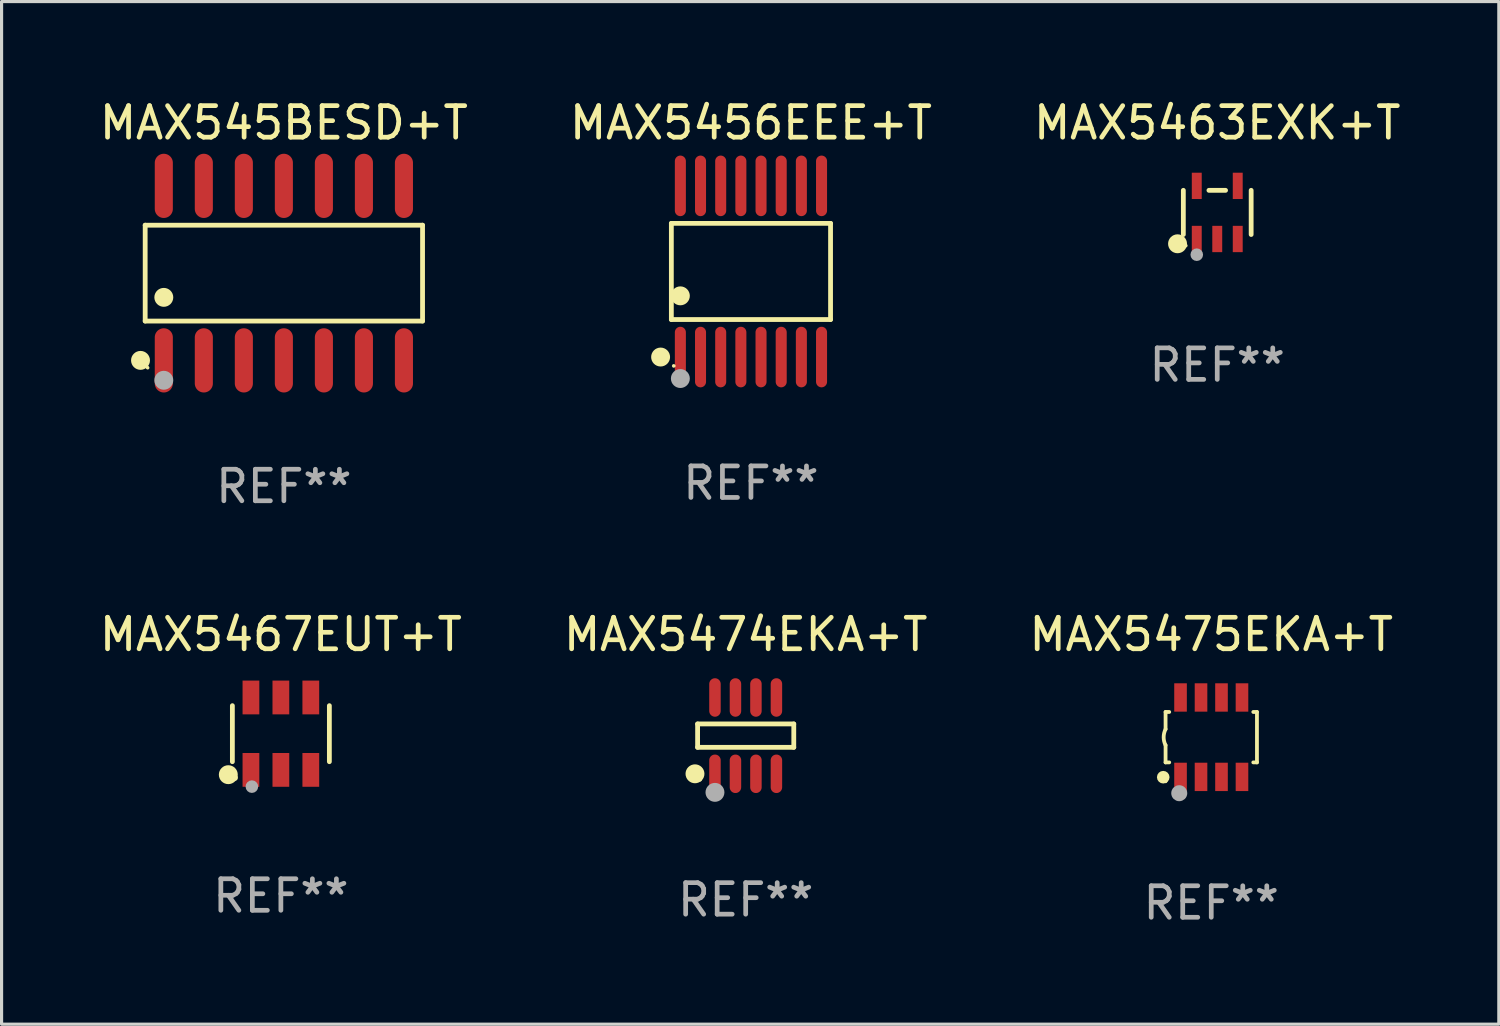
<source format=kicad_pcb>
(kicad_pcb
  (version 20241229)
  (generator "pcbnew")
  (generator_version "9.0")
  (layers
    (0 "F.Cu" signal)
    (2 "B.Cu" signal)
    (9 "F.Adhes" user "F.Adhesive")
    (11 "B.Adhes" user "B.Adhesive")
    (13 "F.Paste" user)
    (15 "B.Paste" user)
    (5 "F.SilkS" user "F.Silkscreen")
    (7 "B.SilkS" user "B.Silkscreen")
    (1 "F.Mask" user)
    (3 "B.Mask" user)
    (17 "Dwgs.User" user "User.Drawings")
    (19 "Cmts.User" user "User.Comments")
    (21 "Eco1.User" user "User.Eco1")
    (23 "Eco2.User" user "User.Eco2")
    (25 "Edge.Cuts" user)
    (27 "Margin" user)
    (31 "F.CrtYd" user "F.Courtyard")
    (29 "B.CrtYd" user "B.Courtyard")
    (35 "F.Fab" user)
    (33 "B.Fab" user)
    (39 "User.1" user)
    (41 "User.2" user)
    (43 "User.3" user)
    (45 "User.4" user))
  (footprint "MAX545BESD+T"
    (layer "F.Cu")
    (at 5.958 5.617)
    (property "Reference" "MAX545BESD+T" (at 0 -4.769 0) (layer "F.SilkS") (effects (font (size 1 1) (thickness 0.15))))
    (attr through_hole)
    (fp_line (start -4.401 -1.521) (end 4.401 -1.521) (stroke (width 0.152) (type solid)) (layer "F.SilkS"))
    (fp_line (start -4.401 1.521) (end -4.401 -1.521) (stroke (width 0.152) (type solid)) (layer "F.SilkS"))
    (fp_line (start 4.401 -1.521) (end 4.401 1.521) (stroke (width 0.152) (type solid)) (layer "F.SilkS"))
    (fp_line (start 4.401 1.521) (end -4.401 1.521) (stroke (width 0.152) (type solid)) (layer "F.SilkS"))
    (fp_circle (center -4.549 2.769) (end -4.399 2.769) (stroke (width 0.3) (type solid)) (fill no) (layer "F.SilkS"))
    (fp_circle (center -4.325 3) (end -4.295 3) (stroke (width 0.06) (type solid)) (fill no) (layer "F.SilkS"))
    (fp_circle (center -3.81 0.769) (end -3.66 0.769) (stroke (width 0.3) (type solid)) (fill no) (layer "F.SilkS"))
    (fp_circle (center -3.81 3.4) (end -3.66 3.4) (stroke (width 0.3) (type solid)) (fill no) (layer "F.Fab"))
    (fp_text user "REF**" (at 0 6.769 0) (layer "F.Fab") (effects (font (size 1 1) (thickness 0.15))))
    (pad "1" smd oval (at -3.81 2.769) (size 0.574 2.038) (layers "F.Cu" "F.Mask" "F.Paste"))
    (pad "2" smd oval (at -2.54 2.769) (size 0.574 2.038) (layers "F.Cu" "F.Mask" "F.Paste"))
    (pad "3" smd oval (at -1.27 2.769) (size 0.574 2.038) (layers "F.Cu" "F.Mask" "F.Paste"))
    (pad "4" smd oval (at 0 2.769) (size 0.574 2.038) (layers "F.Cu" "F.Mask" "F.Paste"))
    (pad "5" smd oval (at 1.27 2.769) (size 0.574 2.038) (layers "F.Cu" "F.Mask" "F.Paste"))
    (pad "6" smd oval (at 2.54 2.769) (size 0.574 2.038) (layers "F.Cu" "F.Mask" "F.Paste"))
    (pad "7" smd oval (at 3.81 2.769) (size 0.574 2.038) (layers "F.Cu" "F.Mask" "F.Paste"))
    (pad "8" smd oval (at 3.81 -2.769) (size 0.574 2.038) (layers "F.Cu" "F.Mask" "F.Paste"))
    (pad "9" smd oval (at 2.54 -2.769) (size 0.574 2.038) (layers "F.Cu" "F.Mask" "F.Paste"))
    (pad "10" smd oval (at 1.27 -2.769) (size 0.574 2.038) (layers "F.Cu" "F.Mask" "F.Paste"))
    (pad "11" smd oval (at 0 -2.769) (size 0.574 2.038) (layers "F.Cu" "F.Mask" "F.Paste"))
    (pad "12" smd oval (at -1.27 -2.769) (size 0.574 2.038) (layers "F.Cu" "F.Mask" "F.Paste"))
    (pad "13" smd oval (at -2.54 -2.769) (size 0.574 2.038) (layers "F.Cu" "F.Mask" "F.Paste"))
    (pad "14" smd oval (at -3.81 -2.769) (size 0.574 2.038) (layers "F.Cu" "F.Mask" "F.Paste")))
  (footprint "MAX5463EXK+T"
    (layer "F.Cu")
    (at 35.577 3.691)
    (property "Reference" "MAX5463EXK+T" (at 0 -2.843 0) (layer "F.SilkS") (effects (font (size 1 1) (thickness 0.15))))
    (attr through_hole)
    (fp_line (start -1.076 0.701) (end -1.076 -0.701) (stroke (width 0.152) (type solid)) (layer "F.SilkS"))
    (fp_line (start 0.264 -0.701) (end -0.264 -0.701) (stroke (width 0.152) (type solid)) (layer "F.SilkS"))
    (fp_line (start 1.076 0.701) (end 1.076 -0.701) (stroke (width 0.152) (type solid)) (layer "F.SilkS"))
    (fp_circle (center -1.26 0.995) (end -1.11 0.995) (stroke (width 0.3) (type solid)) (fill no) (layer "F.SilkS"))
    (fp_circle (center -1 1.05) (end -0.97 1.05) (stroke (width 0.06) (type solid)) (fill no) (layer "F.SilkS"))
    (fp_circle (center -0.65 1.341) (end -0.55 1.341) (stroke (width 0.2) (type solid)) (fill no) (layer "F.Fab"))
    (fp_text user "REF**" (at 0 4.843 0) (layer "F.Fab") (effects (font (size 1 1) (thickness 0.15))))
    (pad "1" smd rect (at -0.65 0.843) (size 0.315 0.835) (layers "F.Cu" "F.Mask" "F.Paste"))
    (pad "2" smd rect (at 0.00014 0.843) (size 0.315 0.835) (layers "F.Cu" "F.Mask" "F.Paste"))
    (pad "3" smd rect (at 0.65 0.843) (size 0.315 0.835) (layers "F.Cu" "F.Mask" "F.Paste"))
    (pad "4" smd rect (at 0.65 -0.843) (size 0.315 0.835) (layers "F.Cu" "F.Mask" "F.Paste"))
    (pad "5" smd rect (at -0.65 -0.843) (size 0.315 0.835) (layers "F.Cu" "F.Mask" "F.Paste")))
  (footprint "MAX5467EUT+T"
    (layer "F.Cu")
    (at 5.863 20.232)
    (property "Reference" "MAX5467EUT+T" (at 0 -3.149 0) (layer "F.SilkS") (effects (font (size 1 1) (thickness 0.15))))
    (attr through_hole)
    (fp_line (start -1.539 0.889) (end -1.539 -0.889) (stroke (width 0.152) (type solid)) (layer "F.SilkS"))
    (fp_line (start 1.539 0.889) (end 1.539 -0.889) (stroke (width 0.152) (type solid)) (layer "F.SilkS"))
    (fp_circle (center -1.668 1.301) (end -1.518 1.301) (stroke (width 0.3) (type solid)) (fill no) (layer "F.SilkS"))
    (fp_circle (center -1.463 1.4) (end -1.413 1.4) (stroke (width 0.1) (type solid)) (fill no) (layer "F.SilkS"))
    (fp_circle (center -0.92 1.68) (end -0.82 1.68) (stroke (width 0.2) (type solid)) (fill no) (layer "F.Fab"))
    (fp_text user "REF**" (at 0 5.149 0) (layer "F.Fab") (effects (font (size 1 1) (thickness 0.15))))
    (pad "1" smd rect (at -0.95 1.149) (size 0.532 1.072) (layers "F.Cu" "F.Mask" "F.Paste"))
    (pad "2" smd rect (at 0 1.149) (size 0.532 1.072) (layers "F.Cu" "F.Mask" "F.Paste"))
    (pad "3" smd rect (at 0.95 1.149) (size 0.532 1.072) (layers "F.Cu" "F.Mask" "F.Paste"))
    (pad "4" smd rect (at 0.95 -1.149) (size 0.532 1.072) (layers "F.Cu" "F.Mask" "F.Paste"))
    (pad "5" smd rect (at 0 -1.149) (size 0.532 1.072) (layers "F.Cu" "F.Mask" "F.Paste"))
    (pad "6" smd rect (at -0.95 -1.149) (size 0.532 1.072) (layers "F.Cu" "F.Mask" "F.Paste")))
  (footprint "MAX5474EKA+T"
    (layer "F.Cu")
    (at 20.613 20.294)
    (property "Reference" "MAX5474EKA+T" (at 0 -3.211 0) (layer "F.SilkS") (effects (font (size 1 1) (thickness 0.15))))
    (attr through_hole)
    (fp_line (start -1.526 -0.371) (end 1.526 -0.371) (stroke (width 0.152) (type solid)) (layer "F.SilkS"))
    (fp_line (start -1.526 0.371) (end -1.526 -0.371) (stroke (width 0.152) (type solid)) (layer "F.SilkS"))
    (fp_line (start 1.526 -0.371) (end 1.526 0.371) (stroke (width 0.152) (type solid)) (layer "F.SilkS"))
    (fp_line (start 1.526 0.371) (end -1.526 0.371) (stroke (width 0.152) (type solid)) (layer "F.SilkS"))
    (fp_circle (center -1.609 1.211) (end -1.459 1.211) (stroke (width 0.3) (type solid)) (fill no) (layer "F.SilkS"))
    (fp_circle (center -1.45 1.4) (end -1.42 1.4) (stroke (width 0.06) (type solid)) (fill no) (layer "F.SilkS"))
    (fp_circle (center -0.975 1.8) (end -0.825 1.8) (stroke (width 0.3) (type solid)) (fill no) (layer "F.Fab"))
    (fp_text user "REF**" (at 0 5.211 0) (layer "F.Fab") (effects (font (size 1 1) (thickness 0.15))))
    (pad "1" smd oval (at -0.975 1.211) (size 0.364 1.222) (layers "F.Cu" "F.Mask" "F.Paste"))
    (pad "2" smd oval (at -0.325 1.211) (size 0.364 1.222) (layers "F.Cu" "F.Mask" "F.Paste"))
    (pad "3" smd oval (at 0.325 1.211) (size 0.364 1.222) (layers "F.Cu" "F.Mask" "F.Paste"))
    (pad "4" smd oval (at 0.975 1.211) (size 0.364 1.222) (layers "F.Cu" "F.Mask" "F.Paste"))
    (pad "5" smd oval (at 0.975 -1.211) (size 0.364 1.222) (layers "F.Cu" "F.Mask" "F.Paste"))
    (pad "6" smd oval (at 0.325 -1.211) (size 0.364 1.222) (layers "F.Cu" "F.Mask" "F.Paste"))
    (pad "7" smd oval (at -0.325 -1.211) (size 0.364 1.222) (layers "F.Cu" "F.Mask" "F.Paste"))
    (pad "8" smd oval (at -0.975 -1.211) (size 0.364 1.222) (layers "F.Cu" "F.Mask" "F.Paste")))
  (footprint "MAX5475EKA+T"
    (layer "F.Cu")
    (at 35.387 20.343)
    (property "Reference" "MAX5475EKA+T" (at 0 -3.26 0) (layer "F.SilkS") (effects (font (size 1 1) (thickness 0.15))))
    (attr through_hole)
    (fp_line (start -1.45 -0.8) (end -1.45 -0.254) (stroke (width 0.12) (type solid)) (layer "F.SilkS"))
    (fp_line (start -1.45 -0.8) (end -1.334 -0.8) (stroke (width 0.12) (type solid)) (layer "F.SilkS"))
    (fp_line (start -1.45 0.8) (end -1.45 0.254) (stroke (width 0.12) (type solid)) (layer "F.SilkS"))
    (fp_line (start -1.45 0.8) (end -1.334 0.8) (stroke (width 0.12) (type solid)) (layer "F.SilkS"))
    (fp_line (start 1.334 -0.8) (end 1.45 -0.8) (stroke (width 0.12) (type solid)) (layer "F.SilkS"))
    (fp_line (start 1.334 0.8) (end 1.45 0.8) (stroke (width 0.12) (type solid)) (layer "F.SilkS"))
    (fp_line (start 1.45 0.8) (end 1.45 -0.8) (stroke (width 0.12) (type solid)) (layer "F.SilkS"))
    (fp_arc (start -1.45075 0.255144) (mid -1.510605 0.000434) (end -1.450013 -0.254102) (stroke (width 0.11999) (type solid)) (layer "F.SilkS"))
    (fp_circle (center -1.524 1.27) (end -1.424 1.27) (stroke (width 0.2) (type solid)) (fill no) (layer "F.SilkS"))
    (fp_circle (center -1.45 1.4) (end -1.42 1.4) (stroke (width 0.06) (type solid)) (fill no) (layer "F.SilkS"))
    (fp_circle (center -1.016 1.778) (end -0.889 1.778) (stroke (width 0.254) (type solid)) (fill no) (layer "F.Fab"))
    (fp_text user "REF**" (at 0 5.26 0) (layer "F.Fab") (effects (font (size 1 1) (thickness 0.15))))
    (pad "1" smd rect (at -0.975 1.26) (size 0.4 0.9) (layers "F.Cu" "F.Mask" "F.Paste"))
    (pad "2" smd rect (at -0.325 1.26) (size 0.4 0.9) (layers "F.Cu" "F.Mask" "F.Paste"))
    (pad "3" smd rect (at 0.325 1.26) (size 0.4 0.9) (layers "F.Cu" "F.Mask" "F.Paste"))
    (pad "4" smd rect (at 0.975 1.26) (size 0.4 0.9) (layers "F.Cu" "F.Mask" "F.Paste"))
    (pad "5" smd rect (at 0.975 -1.26) (size 0.4 0.9) (layers "F.Cu" "F.Mask" "F.Paste"))
    (pad "6" smd rect (at 0.325 -1.26) (size 0.4 0.9) (layers "F.Cu" "F.Mask" "F.Paste"))
    (pad "7" smd rect (at -0.325 -1.26) (size 0.4 0.9) (layers "F.Cu" "F.Mask" "F.Paste"))
    (pad "8" smd rect (at -0.975 -1.26) (size 0.4 0.9) (layers "F.Cu" "F.Mask" "F.Paste")))
  (footprint "MAX5456EEE+T"
    (layer "F.Cu")
    (at 20.78 5.564)
    (property "Reference" "MAX5456EEE+T" (at 0 -4.716 0) (layer "F.SilkS") (effects (font (size 1 1) (thickness 0.15))))
    (attr through_hole)
    (fp_line (start -2.526 -1.526) (end 2.526 -1.526) (stroke (width 0.152) (type solid)) (layer "F.SilkS"))
    (fp_line (start -2.526 1.526) (end -2.526 -1.526) (stroke (width 0.152) (type solid)) (layer "F.SilkS"))
    (fp_line (start 2.526 -1.526) (end 2.526 1.526) (stroke (width 0.152) (type solid)) (layer "F.SilkS"))
    (fp_line (start 2.526 1.526) (end -2.526 1.526) (stroke (width 0.152) (type solid)) (layer "F.SilkS"))
    (fp_circle (center -2.867 2.716) (end -2.717 2.716) (stroke (width 0.3) (type solid)) (fill no) (layer "F.SilkS"))
    (fp_circle (center -2.45 2.997) (end -2.42 2.997) (stroke (width 0.06) (type solid)) (fill no) (layer "F.SilkS"))
    (fp_circle (center -2.24 0.774) (end -2.09 0.774) (stroke (width 0.3) (type solid)) (fill no) (layer "F.SilkS"))
    (fp_circle (center -2.24 3.398) (end -2.09 3.398) (stroke (width 0.3) (type solid)) (fill no) (layer "F.Fab"))
    (fp_text user "REF**" (at 0 6.716 0) (layer "F.Fab") (effects (font (size 1 1) (thickness 0.15))))
    (pad "1" smd oval (at -2.24 2.716) (size 0.35 1.922) (layers "F.Cu" "F.Mask" "F.Paste"))
    (pad "2" smd oval (at -1.6 2.716) (size 0.35 1.922) (layers "F.Cu" "F.Mask" "F.Paste"))
    (pad "3" smd oval (at -0.96 2.716) (size 0.35 1.922) (layers "F.Cu" "F.Mask" "F.Paste"))
    (pad "4" smd oval (at -0.32 2.716) (size 0.35 1.922) (layers "F.Cu" "F.Mask" "F.Paste"))
    (pad "5" smd oval (at 0.32 2.716) (size 0.35 1.922) (layers "F.Cu" "F.Mask" "F.Paste"))
    (pad "6" smd oval (at 0.96 2.716) (size 0.35 1.922) (layers "F.Cu" "F.Mask" "F.Paste"))
    (pad "7" smd oval (at 1.6 2.716) (size 0.35 1.922) (layers "F.Cu" "F.Mask" "F.Paste"))
    (pad "8" smd oval (at 2.24 2.716) (size 0.35 1.922) (layers "F.Cu" "F.Mask" "F.Paste"))
    (pad "9" smd oval (at 2.24 -2.716) (size 0.35 1.922) (layers "F.Cu" "F.Mask" "F.Paste"))
    (pad "10" smd oval (at 1.6 -2.716) (size 0.35 1.922) (layers "F.Cu" "F.Mask" "F.Paste"))
    (pad "11" smd oval (at 0.96 -2.716) (size 0.35 1.922) (layers "F.Cu" "F.Mask" "F.Paste"))
    (pad "12" smd oval (at 0.32 -2.716) (size 0.35 1.922) (layers "F.Cu" "F.Mask" "F.Paste"))
    (pad "13" smd oval (at -0.32 -2.716) (size 0.35 1.922) (layers "F.Cu" "F.Mask" "F.Paste"))
    (pad "14" smd oval (at -0.96 -2.716) (size 0.35 1.922) (layers "F.Cu" "F.Mask" "F.Paste"))
    (pad "15" smd oval (at -1.6 -2.716) (size 0.35 1.922) (layers "F.Cu" "F.Mask" "F.Paste"))
    (pad "16" smd oval (at -2.24 -2.716) (size 0.35 1.922) (layers "F.Cu" "F.Mask" "F.Paste")))
  (gr_rect
    (start -3 -3)
    (end 44.512 29.451)
    (stroke (width 0.1) (type default))
    (fill no)
    (layer "Edge.Cuts")))
</source>
